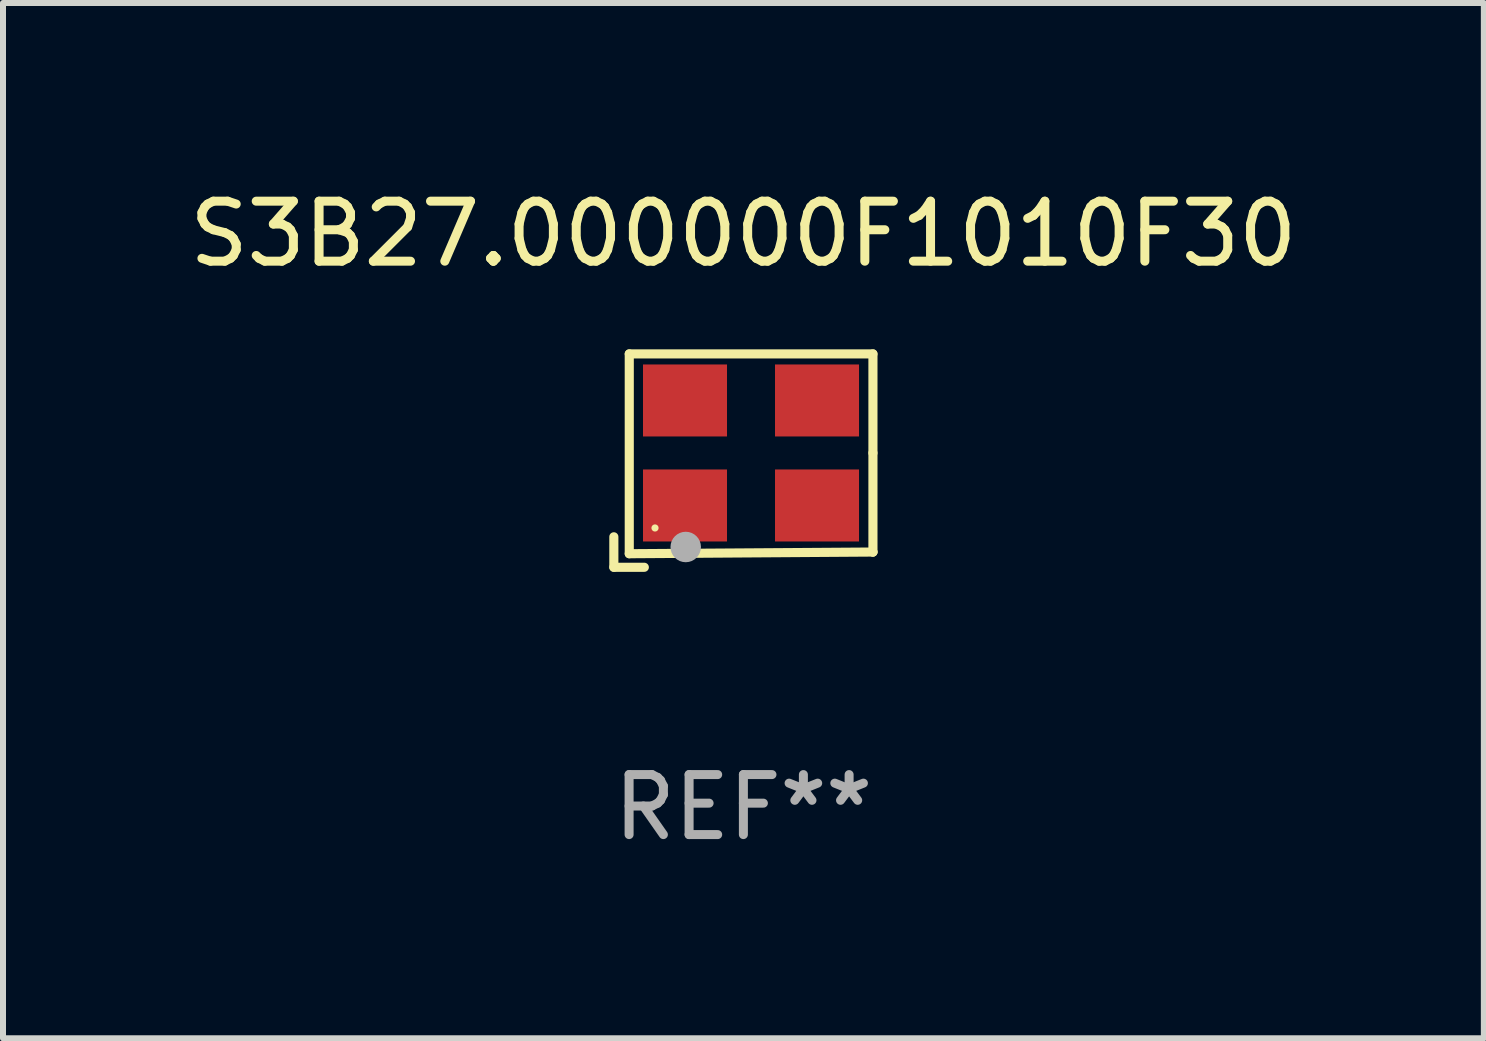
<source format=kicad_pcb>
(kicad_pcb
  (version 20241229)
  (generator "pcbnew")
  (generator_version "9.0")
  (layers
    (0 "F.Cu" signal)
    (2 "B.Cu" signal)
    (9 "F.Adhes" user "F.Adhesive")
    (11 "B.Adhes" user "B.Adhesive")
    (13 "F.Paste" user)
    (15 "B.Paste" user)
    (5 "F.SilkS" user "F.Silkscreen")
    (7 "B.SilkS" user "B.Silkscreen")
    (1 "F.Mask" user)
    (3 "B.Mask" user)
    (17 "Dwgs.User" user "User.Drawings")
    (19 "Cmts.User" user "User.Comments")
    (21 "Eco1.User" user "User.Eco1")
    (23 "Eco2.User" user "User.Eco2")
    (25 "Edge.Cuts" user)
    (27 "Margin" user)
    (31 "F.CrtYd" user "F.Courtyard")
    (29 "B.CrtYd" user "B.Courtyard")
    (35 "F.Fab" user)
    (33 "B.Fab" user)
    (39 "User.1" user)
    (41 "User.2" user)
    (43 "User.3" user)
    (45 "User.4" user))
  (footprint "S3B27.000000F1010F30"
    (layer "F.Cu")
    (at 9.339 4.626)
    (property "Reference" "S3B27.000000F1010F30" (at 0 -3.778 0) (layer "F.SilkS") (effects (font (size 1 1) (thickness 0.15))))
    (attr through_hole)
    (fp_line (start -2.159 1.27) (end -2.159 1.778) (stroke (width 0.152) (type solid)) (layer "F.SilkS"))
    (fp_line (start -2.159 1.778) (end -1.651 1.778) (stroke (width 0.152) (type solid)) (layer "F.SilkS"))
    (fp_line (start -1.902 -1.778) (end 2.159 -1.778) (stroke (width 0.152) (type solid)) (layer "F.SilkS"))
    (fp_line (start -1.902 1.552) (end -1.902 -1.778) (stroke (width 0.152) (type solid)) (layer "F.SilkS"))
    (fp_line (start 2.159 -1.778) (end 2.159 -0.127) (stroke (width 0.152) (type solid)) (layer "F.SilkS"))
    (fp_line (start 2.159 -0.127) (end 2.159 1.524) (stroke (width 0.152) (type solid)) (layer "F.SilkS"))
    (fp_line (start 2.159 1.524) (end -1.902 1.552) (stroke (width 0.152) (type solid)) (layer "F.SilkS"))
    (fp_line (start 2.159 1.524) (end 2.159 1.524) (stroke (width 0.152) (type solid)) (layer "F.SilkS"))
    (fp_circle (center -1.473 1.123) (end -1.443 1.123) (stroke (width 0.06) (type solid)) (fill no) (layer "F.SilkS"))
    (fp_circle (center -0.961 1.44) (end -0.834 1.44) (stroke (width 0.254) (type solid)) (fill no) (layer "F.Fab"))
    (fp_text user "REF**" (at 0 5.778 0) (layer "F.Fab") (effects (font (size 1 1) (thickness 0.15))))
    (pad "1" smd rect (at -0.973 0.748) (size 1.4 1.2) (layers "F.Cu" "F.Mask" "F.Paste"))
    (pad "2" smd rect (at 1.227 0.748) (size 1.4 1.2) (layers "F.Cu" "F.Mask" "F.Paste"))
    (pad "3" smd rect (at 1.227 -1.002) (size 1.4 1.2) (layers "F.Cu" "F.Mask" "F.Paste"))
    (pad "4" smd rect (at -0.973 -1.002) (size 1.4 1.2) (layers "F.Cu" "F.Mask" "F.Paste")))
  (gr_rect
    (start -3 -3)
    (end 21.679 14.253)
    (stroke (width 0.1) (type default))
    (fill no)
    (layer "Edge.Cuts")))
</source>
